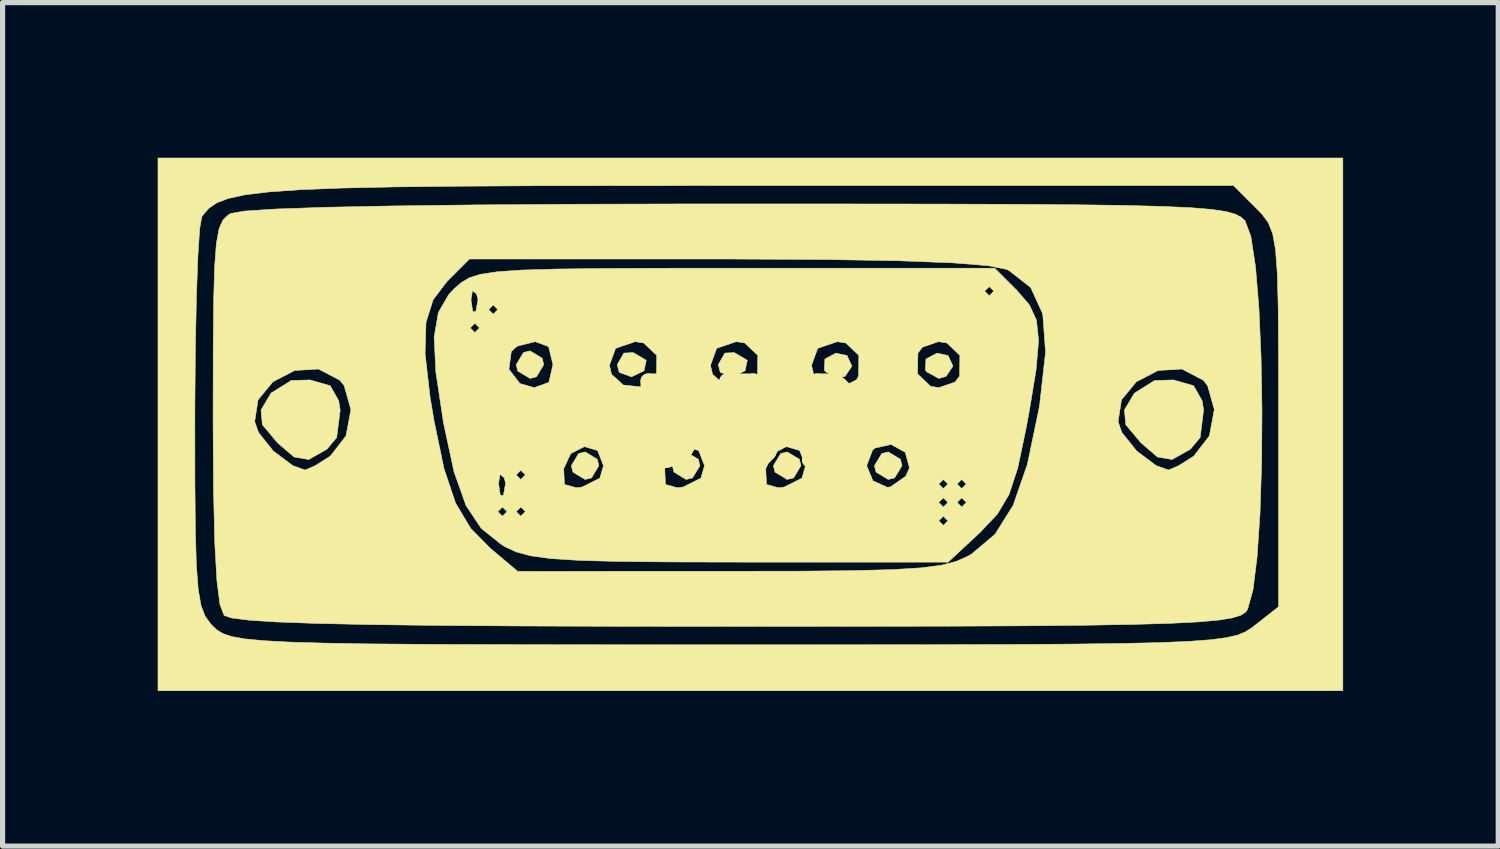
<source format=kicad_pcb>
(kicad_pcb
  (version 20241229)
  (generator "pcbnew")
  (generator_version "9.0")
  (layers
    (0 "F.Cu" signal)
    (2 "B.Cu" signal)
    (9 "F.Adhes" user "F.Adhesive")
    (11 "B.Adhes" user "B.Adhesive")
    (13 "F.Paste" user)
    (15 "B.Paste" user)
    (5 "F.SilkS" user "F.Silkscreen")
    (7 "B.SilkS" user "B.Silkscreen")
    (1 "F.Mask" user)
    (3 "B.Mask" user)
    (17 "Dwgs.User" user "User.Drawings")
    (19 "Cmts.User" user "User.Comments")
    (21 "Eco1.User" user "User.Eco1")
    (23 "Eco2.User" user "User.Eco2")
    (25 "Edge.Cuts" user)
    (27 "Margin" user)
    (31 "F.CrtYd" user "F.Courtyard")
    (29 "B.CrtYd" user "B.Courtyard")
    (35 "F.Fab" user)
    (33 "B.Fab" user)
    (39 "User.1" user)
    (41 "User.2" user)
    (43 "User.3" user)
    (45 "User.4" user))
  (footprint "DB9"
    (layer "F.Cu")
    (at 11.373 5.156)
    (property "Reference" "DB9" (at 0 0 0) (layer "F.SilkS") (effects (font (size 1.524 1.524) (thickness 0.3))))
    (attr through_hole)
    (fp_poly (pts (xy -1.926 -1.239) (xy -1.969 -1.036) (xy -2.211 -0.919) (xy -2.448 -1.005) (xy -2.487 -1.155) (xy -2.359 -1.379) (xy -2.176 -1.387) (xy -1.926 -1.239)) (stroke (width 0.01) (type solid)) (fill yes) (layer "F.SilkS"))
    (fp_poly (pts (xy 0.028 -1.239) (xy -0.015 -1.036) (xy -0.257 -0.919) (xy -0.494 -1.005) (xy -0.533 -1.155) (xy -0.405 -1.379) (xy -0.222 -1.387) (xy 0.028 -1.239)) (stroke (width 0.01) (type solid)) (fill yes) (layer "F.SilkS"))
    (fp_poly (pts (xy -3.939 -1.279) (xy -3.908 -1.155) (xy -4.05 -0.919) (xy -4.174 -0.888) (xy -4.41 -1.03) (xy -4.441 -1.155) (xy -4.298 -1.39) (xy -4.174 -1.421) (xy -3.939 -1.279)) (stroke (width 0.01) (type solid)) (fill yes) (layer "F.SilkS"))
    (fp_poly (pts (xy -2.873 0.675) (xy -2.842 0.799) (xy -2.984 1.035) (xy -3.108 1.066) (xy -3.344 0.924) (xy -3.375 0.799) (xy -3.233 0.564) (xy -3.108 0.533) (xy -2.873 0.675)) (stroke (width 0.01) (type solid)) (fill yes) (layer "F.SilkS"))
    (fp_poly (pts (xy -0.919 0.675) (xy -0.888 0.799) (xy -1.03 1.035) (xy -1.155 1.066) (xy -1.39 0.924) (xy -1.421 0.799) (xy -1.279 0.564) (xy -1.155 0.533) (xy -0.919 0.675)) (stroke (width 0.01) (type solid)) (fill yes) (layer "F.SilkS"))
    (fp_poly (pts (xy 1.035 0.675) (xy 1.066 0.799) (xy 0.924 1.035) (xy 0.799 1.066) (xy 0.564 0.924) (xy 0.533 0.799) (xy 0.675 0.564) (xy 0.799 0.533) (xy 1.035 0.675)) (stroke (width 0.01) (type solid)) (fill yes) (layer "F.SilkS"))
    (fp_poly (pts (xy 1.957 -1.33) (xy 2.051 -1.126) (xy 1.918 -0.927) (xy 1.776 -0.888) (xy 1.545 -1.016) (xy 1.517 -1.053) (xy 1.529 -1.264) (xy 1.742 -1.377) (xy 1.957 -1.33)) (stroke (width 0.01) (type solid)) (fill yes) (layer "F.SilkS"))
    (fp_poly (pts (xy 2.989 0.675) (xy 3.02 0.799) (xy 2.877 1.035) (xy 2.753 1.066) (xy 2.518 0.924) (xy 2.487 0.799) (xy 2.629 0.564) (xy 2.753 0.533) (xy 2.989 0.675)) (stroke (width 0.01) (type solid)) (fill yes) (layer "F.SilkS"))
    (fp_poly (pts (xy 3.911 -1.33) (xy 4.005 -1.126) (xy 3.871 -0.927) (xy 3.73 -0.888) (xy 3.498 -1.016) (xy 3.471 -1.053) (xy 3.483 -1.264) (xy 3.696 -1.377) (xy 3.911 -1.33)) (stroke (width 0.01) (type solid)) (fill yes) (layer "F.SilkS"))
    (fp_poly (pts (xy -8.037 -0.747) (xy -7.873 -0.455) (xy -7.845 -0.275) (xy -7.912 0.255) (xy -8.101 0.48) (xy -8.453 0.68) (xy -8.737 0.631) (xy -9.059 0.355) (xy -9.35 0.006) (xy -9.375 -0.278) (xy -9.183 -0.603) (xy -8.792 -0.848) (xy -8.428 -0.859) (xy -8.037 -0.747)) (stroke (width 0.01) (type solid)) (fill yes) (layer "F.SilkS"))
    (fp_poly (pts (xy 8.66 -0.747) (xy 8.824 -0.455) (xy 8.852 -0.275) (xy 8.785 0.255) (xy 8.596 0.48) (xy 8.244 0.68) (xy 7.96 0.631) (xy 7.638 0.355) (xy 7.347 0.006) (xy 7.321 -0.278) (xy 7.513 -0.603) (xy 7.904 -0.848) (xy 8.268 -0.859) (xy 8.66 -0.747)) (stroke (width 0.01) (type solid)) (fill yes) (layer "F.SilkS"))
    (fp_poly (pts (xy 11.545 5.151) (xy -11.368 5.151) (xy -11.368 -0.133) (xy -10.655 -0.133) (xy -10.654 1.107) (xy -10.645 2.042) (xy -10.626 2.72) (xy -10.59 3.191) (xy -10.535 3.506) (xy -10.455 3.713) (xy -10.347 3.861) (xy -10.302 3.908) (xy -10.216 3.985) (xy -10.104 4.05) (xy -9.939 4.104) (xy -9.692 4.148) (xy -9.332 4.183) (xy -8.833 4.21) (xy -8.164 4.23) (xy -7.297 4.245) (xy -6.203 4.254) (xy -4.854 4.259) (xy -3.219 4.262) (xy -1.272 4.263) (xy -0.29 4.263) (xy 1.806 4.263) (xy 3.577 4.261) (xy 5.051 4.257) (xy 6.257 4.25) (xy 7.225 4.238) (xy 7.984 4.221) (xy 8.562 4.197) (xy 8.989 4.165) (xy 9.295 4.125) (xy 9.508 4.075) (xy 9.658 4.014) (xy 9.774 3.941) (xy 9.834 3.895) (xy 10.302 3.527) (xy 10.302 -0.11) (xy 10.301 -1.333) (xy 10.295 -2.252) (xy 10.277 -2.917) (xy 10.243 -3.379) (xy 10.187 -3.689) (xy 10.104 -3.898) (xy 9.988 -4.056) (xy 9.866 -4.182) (xy 9.43 -4.618) (xy -0.092 -4.618) (xy -2.237 -4.617) (xy -4.055 -4.614) (xy -5.574 -4.605) (xy -6.823 -4.591) (xy -7.83 -4.569) (xy -8.624 -4.537) (xy -9.232 -4.494) (xy -9.684 -4.439) (xy -10.008 -4.369) (xy -10.232 -4.283) (xy -10.383 -4.179) (xy -10.492 -4.057) (xy -10.521 -4.014) (xy -10.561 -3.785) (xy -10.596 -3.256) (xy -10.624 -2.484) (xy -10.644 -1.524) (xy -10.654 -0.433) (xy -10.655 -0.133) (xy -11.368 -0.133) (xy -11.368 -5.151) (xy 11.545 -5.151) (xy 11.545 5.151)) (stroke (width 0.01) (type solid)) (fill yes) (layer "F.SilkS"))
    (fp_poly (pts (xy 1.954 -4.262) (xy 3.709 -4.26) (xy 5.166 -4.255) (xy 6.355 -4.247) (xy 7.304 -4.234) (xy 8.043 -4.215) (xy 8.599 -4.19) (xy 9.002 -4.157) (xy 9.28 -4.116) (xy 9.463 -4.066) (xy 9.579 -4.005) (xy 9.653 -3.938) (xy 9.766 -3.635) (xy 9.856 -3.05) (xy 9.922 -2.25) (xy 9.963 -1.304) (xy 9.981 -0.281) (xy 9.974 0.749) (xy 9.943 1.72) (xy 9.887 2.561) (xy 9.807 3.204) (xy 9.701 3.581) (xy 9.668 3.629) (xy 9.575 3.69) (xy 9.411 3.742) (xy 9.148 3.785) (xy 8.758 3.82) (xy 8.213 3.848) (xy 7.485 3.869) (xy 6.546 3.885) (xy 5.367 3.896) (xy 3.922 3.903) (xy 2.183 3.906) (xy 0.12 3.908) (xy -0.244 3.908) (xy -2.48 3.906) (xy -4.383 3.899) (xy -5.972 3.888) (xy -7.268 3.872) (xy -8.292 3.85) (xy -9.065 3.822) (xy -9.608 3.787) (xy -9.942 3.745) (xy -10.087 3.696) (xy -10.089 3.695) (xy -10.169 3.487) (xy -10.228 3.028) (xy -10.27 2.291) (xy -10.294 1.252) (xy -10.302 -0.053) (xy -9.498 -0.053) (xy -9.424 0.158) (xy -9.137 0.517) (xy -8.76 0.799) (xy -8.521 0.883) (xy -8.322 0.796) (xy -8.033 0.612) (xy -7.732 0.222) (xy -7.637 -0.286) (xy -7.768 -0.749) (xy -7.851 -0.853) (xy -8.265 -1.07) (xy -8.726 -1.041) (xy -9.145 -0.823) (xy -9.433 -0.474) (xy -9.498 -0.053) (xy -10.302 -0.053) (xy -10.302 -0.115) (xy -10.302 -0.207) (xy -10.3 -1.369) (xy -6.203 -1.369) (xy -6.107 -0.534) (xy -6.031 -0.077) (xy -5.837 0.856) (xy -5.613 1.523) (xy -5.319 2.014) (xy -4.937 2.401) (xy -4.413 2.842) (xy -0.297 2.841) (xy 1.035 2.839) (xy 2.061 2.829) (xy 2.828 2.809) (xy 3.385 2.775) (xy 3.781 2.724) (xy 4.064 2.652) (xy 4.282 2.555) (xy 4.366 2.507) (xy 4.818 2.126) (xy 5.169 1.567) (xy 5.444 0.774) (xy 5.617 -0.053) (xy 7.198 -0.053) (xy 7.272 0.158) (xy 7.56 0.517) (xy 7.936 0.799) (xy 8.176 0.883) (xy 8.375 0.796) (xy 8.664 0.612) (xy 8.964 0.222) (xy 9.059 -0.286) (xy 8.929 -0.749) (xy 8.846 -0.853) (xy 8.432 -1.07) (xy 7.97 -1.041) (xy 7.551 -0.823) (xy 7.264 -0.474) (xy 7.198 -0.053) (xy 5.617 -0.053) (xy 5.671 -0.313) (xy 5.684 -0.394) (xy 5.796 -1.401) (xy 5.741 -2.136) (xy 5.509 -2.645) (xy 5.088 -2.975) (xy 5.042 -2.997) (xy 4.691 -3.068) (xy 3.987 -3.124) (xy 2.929 -3.164) (xy 1.517 -3.188) (xy -0.25 -3.197) (xy -0.372 -3.197) (xy -5.345 -3.197) (xy -5.781 -2.761) (xy -6.047 -2.41) (xy -6.185 -1.97) (xy -6.203 -1.369) (xy -10.3 -1.369) (xy -10.3 -1.444) (xy -10.292 -2.374) (xy -10.273 -3.042) (xy -10.239 -3.497) (xy -10.186 -3.785) (xy -10.11 -3.954) (xy -10.007 -4.051) (xy -9.959 -4.079) (xy -9.69 -4.125) (xy -9.072 -4.165) (xy -8.111 -4.198) (xy -6.812 -4.224) (xy -5.182 -4.244) (xy -3.226 -4.257) (xy -0.951 -4.263) (xy -0.128 -4.263) (xy 1.954 -4.262)) (stroke (width 0.01) (type solid)) (fill yes) (layer "F.SilkS"))
    (fp_poly (pts (xy 5.248 -2.584) (xy 5.483 -2.311) (xy 5.62 -2.015) (xy 5.661 -1.622) (xy 5.613 -1.057) (xy 5.479 -0.246) (xy 5.417 0.089) (xy 5.258 0.845) (xy 5.09 1.356) (xy 4.867 1.732) (xy 4.54 2.079) (xy 4.532 2.087) (xy 3.913 2.664) (xy -0.131 2.664) (xy -1.45 2.661) (xy -2.464 2.651) (xy -3.22 2.631) (xy -3.769 2.596) (xy -4.157 2.543) (xy -4.436 2.469) (xy -4.653 2.369) (xy -4.721 2.329) (xy -5.117 2.011) (xy -5.215 1.865) (xy 3.73 1.865) (xy 3.819 1.954) (xy 3.908 1.865) (xy 3.819 1.776) (xy 3.73 1.865) (xy -5.215 1.865) (xy -5.333 1.687) (xy -4.796 1.687) (xy -4.707 1.776) (xy -4.618 1.687) (xy -4.441 1.687) (xy -4.352 1.776) (xy -4.263 1.687) (xy -4.352 1.599) (xy -4.441 1.687) (xy -4.618 1.687) (xy -4.707 1.599) (xy -4.796 1.687) (xy -5.333 1.687) (xy -5.413 1.567) (xy -5.433 1.51) (xy 3.73 1.51) (xy 3.819 1.599) (xy 3.908 1.51) (xy 4.085 1.51) (xy 4.174 1.599) (xy 4.263 1.51) (xy 4.174 1.421) (xy 4.085 1.51) (xy 3.908 1.51) (xy 3.819 1.421) (xy 3.73 1.51) (xy -5.433 1.51) (xy -5.564 1.14) (xy -4.782 1.14) (xy -4.749 1.37) (xy -4.688 1.373) (xy -4.646 1.135) (xy -4.674 1.032) (xy -4.74 0.977) (xy -4.441 0.977) (xy -4.352 1.066) (xy -4.263 0.977) (xy -4.352 0.888) (xy -4.441 0.977) (xy -4.74 0.977) (xy -4.753 0.965) (xy -4.782 1.14) (xy -5.564 1.14) (xy -5.642 0.922) (xy -5.656 0.858) (xy -3.522 0.858) (xy -3.508 1.162) (xy -3.278 1.226) (xy -3.167 1.213) (xy -2.823 1.04) (xy -2.77 0.858) (xy -1.568 0.858) (xy -1.555 1.162) (xy -1.324 1.226) (xy -1.213 1.213) (xy -0.869 1.04) (xy -0.816 0.858) (xy 0.385 0.858) (xy 0.399 1.162) (xy 0.63 1.226) (xy 0.741 1.213) (xy 1.085 1.04) (xy 1.154 0.8) (xy 2.337 0.8) (xy 2.457 1.091) (xy 2.736 1.217) (xy 2.795 1.21) (xy 2.875 1.155) (xy 3.73 1.155) (xy 3.819 1.243) (xy 3.908 1.155) (xy 4.085 1.155) (xy 4.174 1.243) (xy 4.263 1.155) (xy 4.174 1.066) (xy 4.085 1.155) (xy 3.908 1.155) (xy 3.819 1.066) (xy 3.73 1.155) (xy 2.875 1.155) (xy 3.091 1.005) (xy 3.164 0.841) (xy 3.083 0.542) (xy 2.809 0.389) (xy 2.497 0.458) (xy 2.451 0.497) (xy 2.337 0.8) (xy 1.154 0.8) (xy 1.155 0.799) (xy 1.04 0.506) (xy 0.786 0.431) (xy 0.522 0.564) (xy 0.385 0.858) (xy -0.816 0.858) (xy -0.799 0.799) (xy -0.913 0.506) (xy -1.168 0.431) (xy -1.432 0.564) (xy -1.568 0.858) (xy -2.77 0.858) (xy -2.753 0.799) (xy -2.867 0.506) (xy -3.122 0.431) (xy -3.386 0.564) (xy -3.522 0.858) (xy -5.656 0.858) (xy -5.84 0.001) (xy -5.854 -0.077) (xy -5.995 -1.016) (xy -5.997 -1.066) (xy -4.582 -1.066) (xy -4.369 -0.789) (xy -4.091 -0.71) (xy -3.809 -0.812) (xy -3.733 -1.142) (xy -2.638 -1.142) (xy -2.597 -0.968) (xy -2.369 -0.761) (xy -2.03 -0.724) (xy -1.763 -0.866) (xy -1.728 -0.933) (xy -1.725 -1.142) (xy -0.684 -1.142) (xy -0.643 -0.968) (xy -0.415 -0.761) (xy -0.077 -0.724) (xy 0.19 -0.866) (xy 0.225 -0.933) (xy 0.228 -1.142) (xy 1.27 -1.142) (xy 1.311 -0.968) (xy 1.539 -0.761) (xy 1.877 -0.724) (xy 2.144 -0.866) (xy 2.179 -0.933) (xy 2.18 -0.975) (xy 3.321 -0.975) (xy 3.572 -0.736) (xy 3.734 -0.71) (xy 4.045 -0.817) (xy 4.133 -0.933) (xy 4.139 -1.334) (xy 3.889 -1.573) (xy 3.726 -1.599) (xy 3.415 -1.492) (xy 3.327 -1.377) (xy 3.321 -0.975) (xy 2.18 -0.975) (xy 2.185 -1.335) (xy 1.932 -1.573) (xy 1.768 -1.599) (xy 1.39 -1.47) (xy 1.27 -1.142) (xy 0.228 -1.142) (xy 0.231 -1.335) (xy -0.022 -1.573) (xy -0.186 -1.599) (xy -0.564 -1.47) (xy -0.684 -1.142) (xy -1.725 -1.142) (xy -1.723 -1.335) (xy -1.976 -1.573) (xy -2.14 -1.599) (xy -2.518 -1.47) (xy -2.638 -1.142) (xy -3.733 -1.142) (xy -3.73 -1.155) (xy -3.815 -1.505) (xy -4.075 -1.599) (xy -4.418 -1.513) (xy -4.535 -1.412) (xy -4.582 -1.066) (xy -5.997 -1.066) (xy -6.028 -1.687) (xy -5.997 -1.865) (xy -5.329 -1.865) (xy -5.24 -1.776) (xy -5.151 -1.865) (xy -5.24 -1.954) (xy -5.329 -1.865) (xy -5.997 -1.865) (xy -5.946 -2.162) (xy -5.802 -2.413) (xy -5.315 -2.413) (xy -5.282 -2.182) (xy -5.221 -2.18) (xy -5.214 -2.22) (xy -4.973 -2.22) (xy -4.885 -2.131) (xy -4.796 -2.22) (xy -4.885 -2.309) (xy -4.973 -2.22) (xy -5.214 -2.22) (xy -5.179 -2.417) (xy -5.207 -2.52) (xy -5.272 -2.576) (xy 4.618 -2.576) (xy 4.707 -2.487) (xy 4.796 -2.576) (xy 4.707 -2.664) (xy 4.618 -2.576) (xy -5.272 -2.576) (xy -5.286 -2.587) (xy -5.315 -2.413) (xy -5.802 -2.413) (xy -5.744 -2.512) (xy -5.628 -2.633) (xy -5.497 -2.746) (xy -5.346 -2.835) (xy -5.132 -2.902) (xy -4.813 -2.95) (xy -4.348 -2.983) (xy -3.694 -3.003) (xy -2.81 -3.014) (xy -1.655 -3.019) (xy -0.203 -3.02) (xy 4.812 -3.02) (xy 5.248 -2.584)) (stroke (width 0.01) (type solid)) (fill yes) (layer "F.SilkS")))
  (gr_rect
    (start -3 -3)
    (end 25.923 13.312)
    (stroke (width 0.1) (type default))
    (fill no)
    (layer "Edge.Cuts")))
</source>
